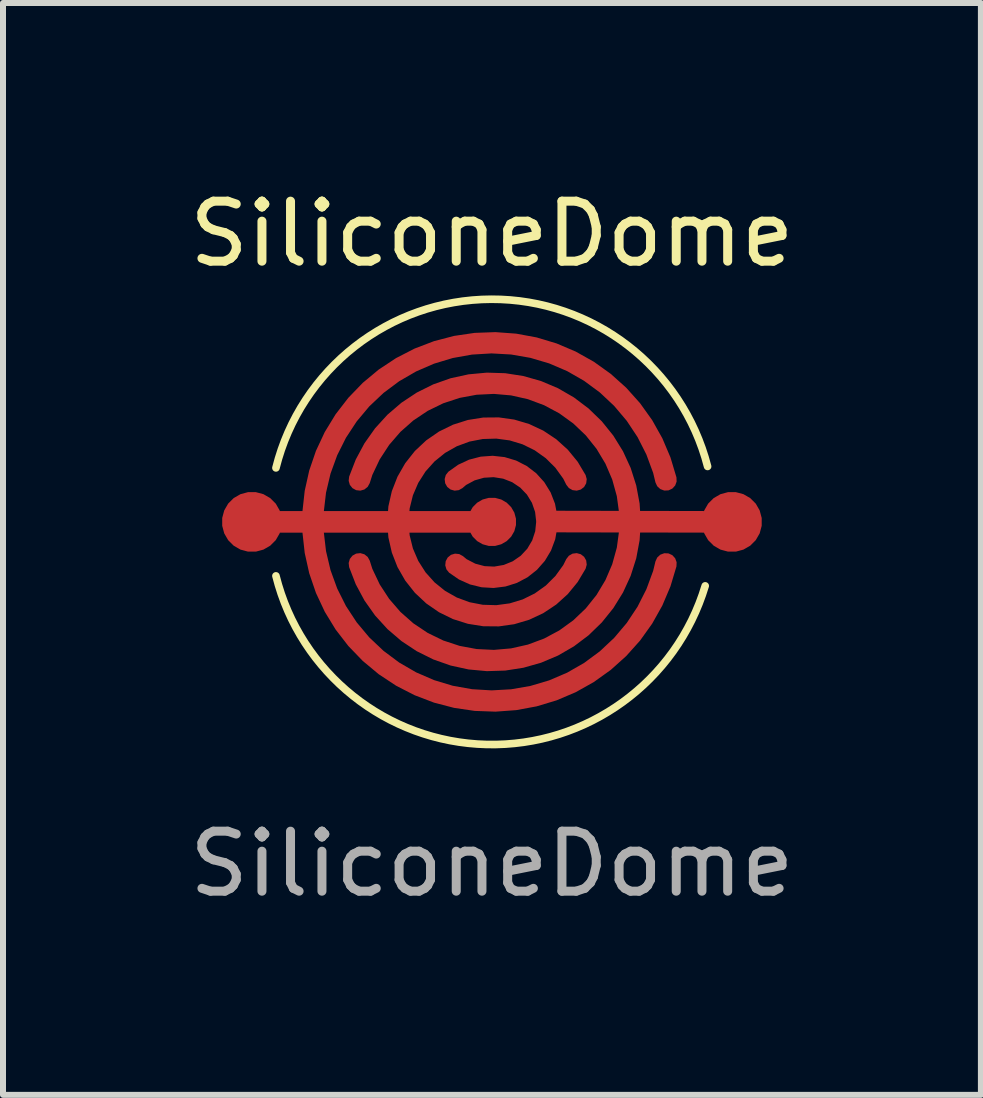
<source format=kicad_pcb>
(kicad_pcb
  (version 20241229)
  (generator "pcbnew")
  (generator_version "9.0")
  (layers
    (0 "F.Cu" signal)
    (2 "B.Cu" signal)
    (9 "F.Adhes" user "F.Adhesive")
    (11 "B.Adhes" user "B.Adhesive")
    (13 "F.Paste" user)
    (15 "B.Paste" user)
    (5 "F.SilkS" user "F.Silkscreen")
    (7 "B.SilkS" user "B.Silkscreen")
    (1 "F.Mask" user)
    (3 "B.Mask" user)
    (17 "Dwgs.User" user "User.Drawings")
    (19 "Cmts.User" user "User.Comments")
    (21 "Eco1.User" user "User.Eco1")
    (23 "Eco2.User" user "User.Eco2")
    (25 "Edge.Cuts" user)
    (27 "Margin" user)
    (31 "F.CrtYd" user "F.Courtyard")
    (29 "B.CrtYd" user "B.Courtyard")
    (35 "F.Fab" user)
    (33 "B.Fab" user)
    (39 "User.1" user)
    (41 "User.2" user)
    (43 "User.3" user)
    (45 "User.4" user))
  (footprint "SiliconeDome"
    (layer "F.Cu")
    (at 5.149 5.648)
    (property "Reference" "SiliconeDome" (at 0 -4.8 0) (unlocked yes) (layer "F.SilkS") (effects (font (size 1 1) (thickness 0.15))))
    (fp_line (start 0 0) (end -2.9 0) (stroke (width 0.4) (type default)) (layer "F.Mask"))
    (fp_line (start 1 0) (end 2.9 0) (stroke (width 0.4) (type default)) (layer "F.Mask"))
    (fp_arc (start -2.2 -0.7) (mid 2.308679 0) (end -2.2 0.7) (stroke (width 0.4) (type default)) (layer "F.Mask"))
    (fp_arc (start -0.6 -0.7) (mid 0.921954 0) (end -0.6 0.7) (stroke (width 0.4) (type default)) (layer "F.Mask"))
    (fp_arc (start 1.399999 0.7) (mid -1.565247 0) (end 1.399999 -0.7) (stroke (width 0.4) (type default)) (layer "F.Mask"))
    (fp_arc (start 2.899999 0.7) (mid -2.983286 0) (end 2.899999 -0.7) (stroke (width 0.4) (type default)) (layer "F.Mask"))
    (fp_circle (center 0 0) (end 0.24 0) (stroke (width 0.36) (type solid)) (fill yes) (layer "F.Mask"))
    (fp_arc (start -3.6 -0.9) (mid -0.012452 -3.710774) (end 3.593879 -0.92414) (stroke (width 0.127) (type default)) (layer "F.SilkS"))
    (fp_arc (start 3.554297 1.066289) (mid -0.086228 3.709793) (end -3.6 0.9) (stroke (width 0.127) (type default)) (layer "F.SilkS"))
    (fp_text user "${REFERENCE}" (at 0 5.7 0) (unlocked yes) (layer "F.Fab") (effects (font (size 1 1) (thickness 0.15))))
    (pad "1" smd custom (at -4 0) (size 1 1) (layers "F.Cu") (options (anchor circle)) (primitives (gr_line (start 0 0) (end 4 0) (width 0.36)) (gr_circle (center 4 0) (end 4.224 0) (width 0.36) (fill yes)) (gr_arc (start 5.399999 0.7) (mid 2.434753 0) (end 5.399999 -0.7) (width 0.36)) (gr_arc (start 6.899999 0.7) (mid 1.016714 0) (end 6.899999 -0.7) (width 0.36))))
    (pad "2" smd custom (at 4 0 180) (size 1 1) (layers "F.Cu") (options (anchor circle)) (primitives (gr_line (start 3.087 0.006) (end 0 0) (width 0.36)) (gr_arc (start 6.208679 0.7) (mid 1.7 0) (end 6.208679 -0.7) (width 0.36)) (gr_arc (start 4.608679 0.7) (mid 3.086747 0.006402) (end 4.5989 -0.708265) (width 0.36)))))
  (gr_rect
    (start -3 -3)
    (end 13.298 15.197)
    (stroke (width 0.1) (type default))
    (fill no)
    (layer "Edge.Cuts")))
</source>
